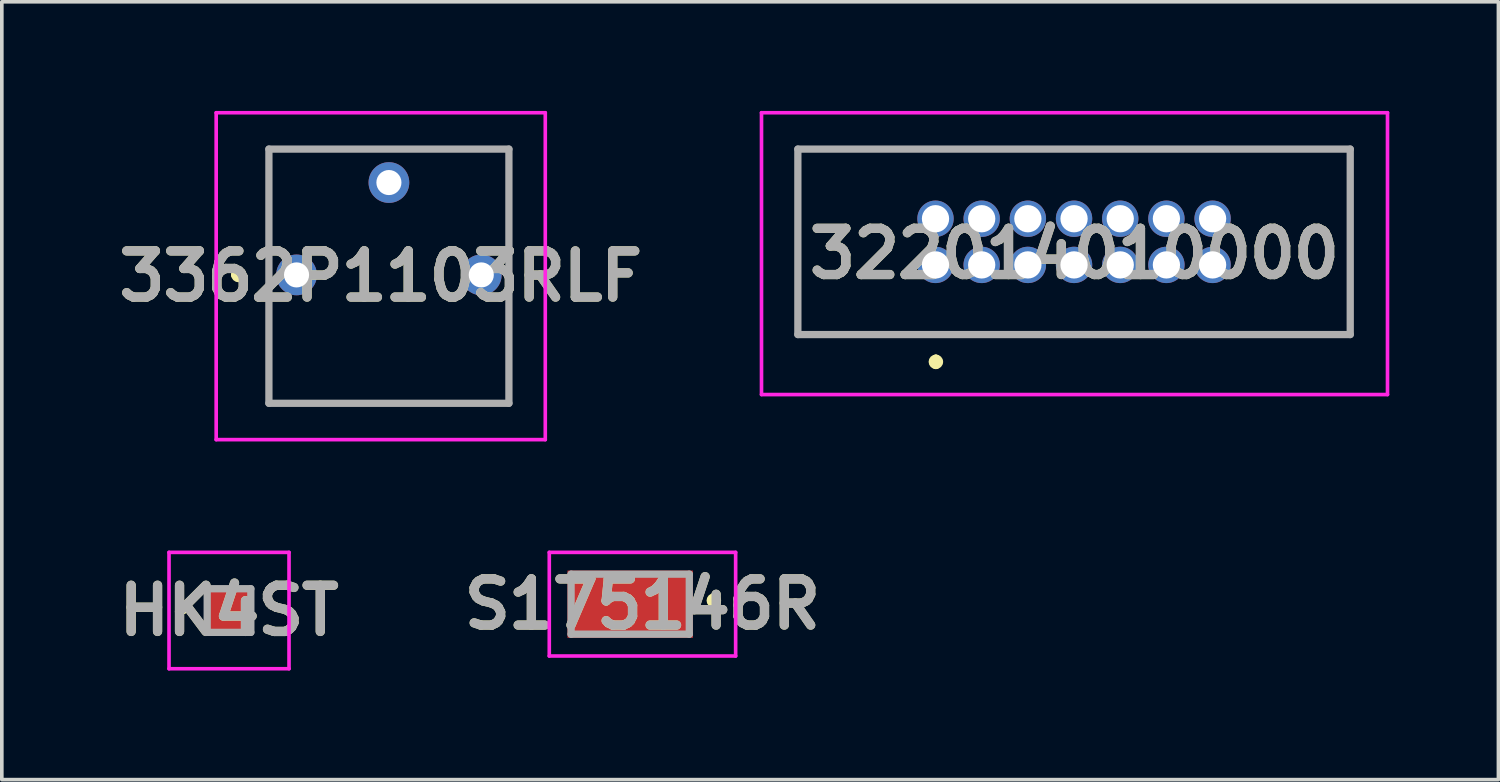
<source format=kicad_pcb>
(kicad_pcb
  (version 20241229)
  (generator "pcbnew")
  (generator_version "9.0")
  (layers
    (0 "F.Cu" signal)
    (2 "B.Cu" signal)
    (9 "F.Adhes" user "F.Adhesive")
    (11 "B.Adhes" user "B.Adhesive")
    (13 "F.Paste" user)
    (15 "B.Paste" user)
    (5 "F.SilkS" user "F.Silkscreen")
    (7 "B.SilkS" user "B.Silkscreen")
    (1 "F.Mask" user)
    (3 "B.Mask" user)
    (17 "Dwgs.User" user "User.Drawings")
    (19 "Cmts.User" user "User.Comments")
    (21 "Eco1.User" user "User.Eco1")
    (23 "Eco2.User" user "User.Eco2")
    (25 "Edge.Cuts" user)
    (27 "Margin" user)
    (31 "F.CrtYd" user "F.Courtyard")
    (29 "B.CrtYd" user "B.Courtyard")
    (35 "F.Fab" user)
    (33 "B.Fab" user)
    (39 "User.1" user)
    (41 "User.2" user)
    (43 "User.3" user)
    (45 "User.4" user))
  (footprint "HK4ST"
    (layer "F.Cu")
    (at 3.248 13.74)
    (property "Reference" "HK4ST" (at 0 0 0) (layer "F.SilkS") (effects (font (size 1.27 1.27) (thickness 0.254))))
    (attr smd)
    (fp_line (start -1.3 0) (end -1.3 0) (stroke (width 0.1) (type solid)) (layer "F.SilkS"))
    (fp_line (start -1.2 0) (end -1.2 0) (stroke (width 0.1) (type solid)) (layer "F.SilkS"))
    (fp_arc (start -1.3 0) (mid -1.25 -0.05) (end -1.2 0) (stroke (width 0.1) (type solid)) (layer "F.SilkS"))
    (fp_arc (start -1.2 0) (mid -1.25 0.05) (end -1.3 0) (stroke (width 0.1) (type solid)) (layer "F.SilkS"))
    (fp_line (start -1.65 -1.6) (end 1.65 -1.6) (stroke (width 0.1) (type solid)) (layer "F.CrtYd"))
    (fp_line (start -1.65 1.6) (end -1.65 -1.6) (stroke (width 0.1) (type solid)) (layer "F.CrtYd"))
    (fp_line (start 1.65 -1.6) (end 1.65 1.6) (stroke (width 0.1) (type solid)) (layer "F.CrtYd"))
    (fp_line (start 1.65 1.6) (end -1.65 1.6) (stroke (width 0.1) (type solid)) (layer "F.CrtYd"))
    (fp_line (start -0.6 -0.6) (end -0.6 0.6) (stroke (width 0.2) (type solid)) (layer "F.Fab"))
    (fp_line (start -0.6 0.6) (end 0.6 0.6) (stroke (width 0.2) (type solid)) (layer "F.Fab"))
    (fp_line (start 0.6 -0.6) (end -0.6 -0.6) (stroke (width 0.2) (type solid)) (layer "F.Fab"))
    (fp_line (start 0.6 0.6) (end 0.6 -0.6) (stroke (width 0.2) (type solid)) (layer "F.Fab"))
    (fp_text user "${REFERENCE}" (at 0 0 0) (layer "F.Fab") (effects (font (size 1.27 1.27) (thickness 0.254))))
    (pad "1" smd rect (at 0 0 90) (size 1.1 1.3) (layers "F.Cu" "F.Mask" "F.Paste")))
  (footprint "3362P1103RLF"
    (layer "F.Cu")
    (at 5.105 4.51)
    (property "Reference" "3362P1103RLF" (at 2.315 0.035 0) (layer "F.SilkS") (effects (font (size 1.27 1.27) (thickness 0.254))))
    (attr through_hole)
    (fp_line (start -1.7 0) (end -1.7 0) (stroke (width 0.2) (type solid)) (layer "F.SilkS"))
    (fp_line (start -1.5 0) (end -1.5 0) (stroke (width 0.2) (type solid)) (layer "F.SilkS"))
    (fp_line (start -0.76 -3.46) (end 1.5 -3.46) (stroke (width 0.1) (type solid)) (layer "F.SilkS"))
    (fp_line (start -0.76 -1) (end -0.76 -3.46) (stroke (width 0.1) (type solid)) (layer "F.SilkS"))
    (fp_line (start -0.76 0.5) (end -0.76 3.53) (stroke (width 0.1) (type solid)) (layer "F.SilkS"))
    (fp_line (start -0.76 3.53) (end 5.84 3.53) (stroke (width 0.1) (type solid)) (layer "F.SilkS"))
    (fp_line (start 3.5 -3.46) (end 5.84 -3.46) (stroke (width 0.1) (type solid)) (layer "F.SilkS"))
    (fp_line (start 5.84 -3.46) (end 5.84 -1) (stroke (width 0.1) (type solid)) (layer "F.SilkS"))
    (fp_line (start 5.84 3.53) (end 5.84 1) (stroke (width 0.1) (type solid)) (layer "F.SilkS"))
    (fp_arc (start -1.7 0) (mid -1.6 -0.1) (end -1.5 0) (stroke (width 0.2) (type solid)) (layer "F.SilkS"))
    (fp_arc (start -1.5 0) (mid -1.6 0.1) (end -1.7 0) (stroke (width 0.2) (type solid)) (layer "F.SilkS"))
    (fp_line (start -2.21 -4.46) (end 6.84 -4.46) (stroke (width 0.1) (type solid)) (layer "F.CrtYd"))
    (fp_line (start -2.21 4.53) (end -2.21 -4.46) (stroke (width 0.1) (type solid)) (layer "F.CrtYd"))
    (fp_line (start 6.84 -4.46) (end 6.84 4.53) (stroke (width 0.1) (type solid)) (layer "F.CrtYd"))
    (fp_line (start 6.84 4.53) (end -2.21 4.53) (stroke (width 0.1) (type solid)) (layer "F.CrtYd"))
    (fp_line (start -0.76 -3.46) (end 5.84 -3.46) (stroke (width 0.2) (type solid)) (layer "F.Fab"))
    (fp_line (start -0.76 3.53) (end -0.76 -3.46) (stroke (width 0.2) (type solid)) (layer "F.Fab"))
    (fp_line (start 5.84 -3.46) (end 5.84 3.53) (stroke (width 0.2) (type solid)) (layer "F.Fab"))
    (fp_line (start 5.84 3.53) (end -0.76 3.53) (stroke (width 0.2) (type solid)) (layer "F.Fab"))
    (fp_text user "${REFERENCE}" (at 2.315 0.035 0) (layer "F.Fab") (effects (font (size 1.27 1.27) (thickness 0.254))))
    (pad "1" thru_hole circle (at 0 0) (size 1.12 1.12) (drill 0.69) (layers "*.Cu" "*.Mask"))
    (pad "2" thru_hole circle (at 2.54 -2.54) (size 1.12 1.12) (drill 0.69) (layers "*.Cu" "*.Mask"))
    (pad "3" thru_hole circle (at 5.08 0) (size 1.12 1.12) (drill 0.69) (layers "*.Cu" "*.Mask")))
  (footprint "S175146R"
    (layer "F.Cu")
    (at 14.28 13.565)
    (property "Reference" "S175146R" (at 0.337 0 0) (layer "F.SilkS") (effects (font (size 1.27 1.27) (thickness 0.254))))
    (attr smd)
    (fp_line (start 2.3 -0.2) (end 2.3 -0.2) (stroke (width 0.2) (type solid)) (layer "F.SilkS"))
    (fp_line (start 2.3 0) (end 2.3 0) (stroke (width 0.2) (type solid)) (layer "F.SilkS"))
    (fp_arc (start 2.3 -0.2) (mid 2.4 -0.1) (end 2.3 0) (stroke (width 0.2) (type solid)) (layer "F.SilkS"))
    (fp_arc (start 2.3 0) (mid 2.2 -0.1) (end 2.3 -0.2) (stroke (width 0.2) (type solid)) (layer "F.SilkS"))
    (fp_line (start -2.225 -1.425) (end 2.9 -1.425) (stroke (width 0.1) (type solid)) (layer "F.CrtYd"))
    (fp_line (start -2.225 1.425) (end -2.225 -1.425) (stroke (width 0.1) (type solid)) (layer "F.CrtYd"))
    (fp_line (start 2.9 -1.425) (end 2.9 1.425) (stroke (width 0.1) (type solid)) (layer "F.CrtYd"))
    (fp_line (start 2.9 1.425) (end -2.225 1.425) (stroke (width 0.1) (type solid)) (layer "F.CrtYd"))
    (fp_line (start -1.625 -0.825) (end 1.625 -0.825) (stroke (width 0.2) (type solid)) (layer "F.Fab"))
    (fp_line (start -1.625 0.825) (end -1.625 -0.825) (stroke (width 0.2) (type solid)) (layer "F.Fab"))
    (fp_line (start 1.625 -0.825) (end 1.625 0.825) (stroke (width 0.2) (type solid)) (layer "F.Fab"))
    (fp_line (start 1.625 0.825) (end -1.625 0.825) (stroke (width 0.2) (type solid)) (layer "F.Fab"))
    (fp_text user "${REFERENCE}" (at 0.337 0 0) (layer "F.Fab") (effects (font (size 1.27 1.27) (thickness 0.254))))
    (pad "1" smd rect (at 0 0 90) (size 1.85 3.45) (layers "F.Cu" "F.Mask" "F.Paste")))
  (footprint "322014010000"
    (layer "F.Cu")
    (at 22.676 4.235)
    (property "Reference" "322014010000" (at 3.822 -0.31 0) (layer "F.SilkS") (effects (font (size 1.27 1.27) (thickness 0.254))))
    (attr through_hole)
    (fp_line (start -3.785 -3.185) (end 11.405 -3.185) (stroke (width 0.1) (type solid)) (layer "F.SilkS"))
    (fp_line (start -3.785 1.915) (end -3.785 -3.185) (stroke (width 0.1) (type solid)) (layer "F.SilkS"))
    (fp_line (start 0.01 2.565) (end 0.01 2.565) (stroke (width 0.2) (type solid)) (layer "F.SilkS"))
    (fp_line (start 0.01 2.765) (end 0.01 2.765) (stroke (width 0.2) (type solid)) (layer "F.SilkS"))
    (fp_line (start 11.405 -3.185) (end 11.405 1.915) (stroke (width 0.1) (type solid)) (layer "F.SilkS"))
    (fp_line (start 11.405 1.915) (end -3.785 1.915) (stroke (width 0.1) (type solid)) (layer "F.SilkS"))
    (fp_arc (start 0.01 2.565) (mid 0.11 2.665) (end 0.01 2.765) (stroke (width 0.2) (type solid)) (layer "F.SilkS"))
    (fp_arc (start 0.01 2.765) (mid -0.09 2.665) (end 0.01 2.565) (stroke (width 0.2) (type solid)) (layer "F.SilkS"))
    (fp_line (start -4.785 -4.185) (end 12.43 -4.185) (stroke (width 0.1) (type solid)) (layer "F.CrtYd"))
    (fp_line (start -4.785 3.565) (end -4.785 -4.185) (stroke (width 0.1) (type solid)) (layer "F.CrtYd"))
    (fp_line (start 12.43 -4.185) (end 12.43 3.565) (stroke (width 0.1) (type solid)) (layer "F.CrtYd"))
    (fp_line (start 12.43 3.565) (end -4.785 3.565) (stroke (width 0.1) (type solid)) (layer "F.CrtYd"))
    (fp_line (start -3.785 -3.185) (end 11.405 -3.185) (stroke (width 0.2) (type solid)) (layer "F.Fab"))
    (fp_line (start -3.785 1.915) (end -3.785 -3.185) (stroke (width 0.2) (type solid)) (layer "F.Fab"))
    (fp_line (start 11.405 -3.185) (end 11.405 1.915) (stroke (width 0.2) (type solid)) (layer "F.Fab"))
    (fp_line (start 11.405 1.915) (end -3.785 1.915) (stroke (width 0.2) (type solid)) (layer "F.Fab"))
    (fp_text user "${REFERENCE}" (at 3.822 -0.31 0) (layer "F.Fab") (effects (font (size 1.27 1.27) (thickness 0.254))))
    (pad "1" thru_hole circle (at 0 0) (size 1 1) (drill 0.75) (layers "*.Cu" "*.Mask"))
    (pad "2" thru_hole circle (at 0 -1.27) (size 1 1) (drill 0.75) (layers "*.Cu" "*.Mask"))
    (pad "3" thru_hole circle (at 1.27 0) (size 1 1) (drill 0.75) (layers "*.Cu" "*.Mask"))
    (pad "4" thru_hole circle (at 1.27 -1.27) (size 1 1) (drill 0.75) (layers "*.Cu" "*.Mask"))
    (pad "5" thru_hole circle (at 2.54 0) (size 1 1) (drill 0.75) (layers "*.Cu" "*.Mask"))
    (pad "6" thru_hole circle (at 2.54 -1.27) (size 1 1) (drill 0.75) (layers "*.Cu" "*.Mask"))
    (pad "7" thru_hole circle (at 3.81 0) (size 1 1) (drill 0.75) (layers "*.Cu" "*.Mask"))
    (pad "8" thru_hole circle (at 3.81 -1.27) (size 1 1) (drill 0.75) (layers "*.Cu" "*.Mask"))
    (pad "9" thru_hole circle (at 5.08 0) (size 1 1) (drill 0.75) (layers "*.Cu" "*.Mask"))
    (pad "10" thru_hole circle (at 5.08 -1.27) (size 1 1) (drill 0.75) (layers "*.Cu" "*.Mask"))
    (pad "11" thru_hole circle (at 6.35 0) (size 1 1) (drill 0.75) (layers "*.Cu" "*.Mask"))
    (pad "12" thru_hole circle (at 6.35 -1.27) (size 1 1) (drill 0.75) (layers "*.Cu" "*.Mask"))
    (pad "13" thru_hole circle (at 7.62 0) (size 1 1) (drill 0.75) (layers "*.Cu" "*.Mask"))
    (pad "14" thru_hole circle (at 7.62 -1.27) (size 1 1) (drill 0.75) (layers "*.Cu" "*.Mask")))
  (gr_rect
    (start -3 -3)
    (end 38.156 18.39)
    (stroke (width 0.1) (type default))
    (fill no)
    (layer "Edge.Cuts")))
</source>
